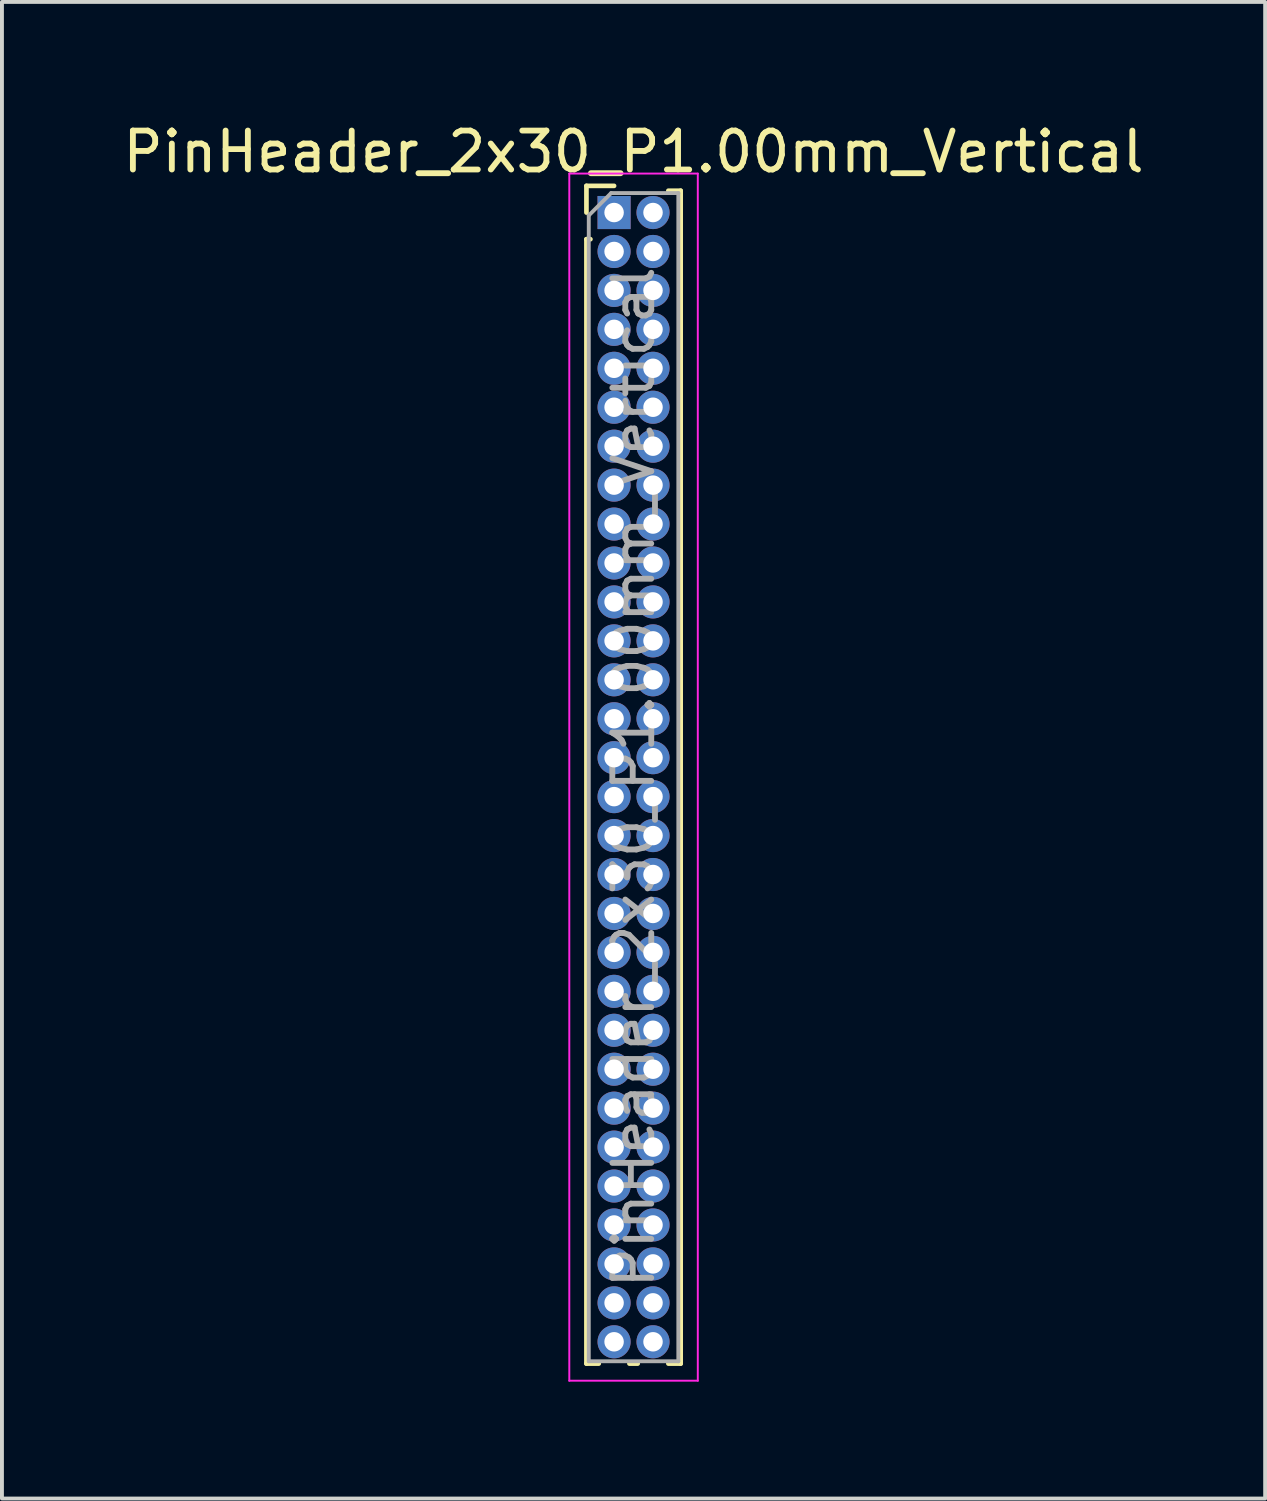
<source format=kicad_pcb>
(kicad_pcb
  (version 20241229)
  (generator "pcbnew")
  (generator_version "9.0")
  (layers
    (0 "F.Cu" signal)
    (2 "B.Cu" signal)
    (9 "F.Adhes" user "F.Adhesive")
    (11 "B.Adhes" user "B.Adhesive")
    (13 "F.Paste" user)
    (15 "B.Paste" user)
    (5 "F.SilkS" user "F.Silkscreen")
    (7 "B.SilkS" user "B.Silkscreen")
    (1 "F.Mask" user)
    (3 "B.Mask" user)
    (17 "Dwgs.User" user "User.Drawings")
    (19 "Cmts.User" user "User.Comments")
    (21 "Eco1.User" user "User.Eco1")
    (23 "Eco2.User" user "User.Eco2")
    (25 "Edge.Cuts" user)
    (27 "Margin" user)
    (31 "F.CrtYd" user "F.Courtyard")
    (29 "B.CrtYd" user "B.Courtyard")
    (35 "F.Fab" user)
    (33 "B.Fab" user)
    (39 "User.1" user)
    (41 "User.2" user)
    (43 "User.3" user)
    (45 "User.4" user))
  (footprint "PinHeader_2x30_P1.00mm_Vertical"
    (layer "F.Cu")
    (at 12.72 2.408)
    (property "Reference" "PinHeader_2x30_P1.00mm_Vertical" (at 0.5 -1.56 0) (layer "F.SilkS") (effects (font (size 1 1) (thickness 0.15))))
    (attr through_hole)
    (fp_line (start -0.71 -0.685) (end 0 -0.685) (stroke (width 0.12) (type solid)) (layer "F.SilkS"))
    (fp_line (start -0.71 0) (end -0.71 -0.685) (stroke (width 0.12) (type solid)) (layer "F.SilkS"))
    (fp_line (start -0.71 0.685) (end -0.71 29.56) (stroke (width 0.12) (type solid)) (layer "F.SilkS"))
    (fp_line (start -0.71 0.685) (end -0.608 0.685) (stroke (width 0.12) (type solid)) (layer "F.SilkS"))
    (fp_line (start -0.71 29.56) (end -0.394 29.56) (stroke (width 0.12) (type solid)) (layer "F.SilkS"))
    (fp_line (start 0.394 29.56) (end 0.606 29.56) (stroke (width 0.12) (type solid)) (layer "F.SilkS"))
    (fp_line (start 1.394 -0.56) (end 1.71 -0.56) (stroke (width 0.12) (type solid)) (layer "F.SilkS"))
    (fp_line (start 1.394 29.56) (end 1.71 29.56) (stroke (width 0.12) (type solid)) (layer "F.SilkS"))
    (fp_line (start 1.71 -0.56) (end 1.71 29.56) (stroke (width 0.12) (type solid)) (layer "F.SilkS"))
    (fp_line (start -1.15 -1) (end -1.15 30) (stroke (width 0.05) (type solid)) (layer "F.CrtYd"))
    (fp_line (start -1.15 30) (end 2.15 30) (stroke (width 0.05) (type solid)) (layer "F.CrtYd"))
    (fp_line (start 2.15 -1) (end -1.15 -1) (stroke (width 0.05) (type solid)) (layer "F.CrtYd"))
    (fp_line (start 2.15 30) (end 2.15 -1) (stroke (width 0.05) (type solid)) (layer "F.CrtYd"))
    (fp_line (start -0.65 0.075) (end -0.075 -0.5) (stroke (width 0.1) (type solid)) (layer "F.Fab"))
    (fp_line (start -0.65 29.5) (end -0.65 0.075) (stroke (width 0.1) (type solid)) (layer "F.Fab"))
    (fp_line (start -0.075 -0.5) (end 1.65 -0.5) (stroke (width 0.1) (type solid)) (layer "F.Fab"))
    (fp_line (start 1.65 -0.5) (end 1.65 29.5) (stroke (width 0.1) (type solid)) (layer "F.Fab"))
    (fp_line (start 1.65 29.5) (end -0.65 29.5) (stroke (width 0.1) (type solid)) (layer "F.Fab"))
    (fp_text user "${REFERENCE}" (at 0.5 14.5 90) (layer "F.Fab") (effects (font (size 1 1) (thickness 0.15))))
    (pad "1" thru_hole rect (at 0 0) (size 0.85 0.85) (drill 0.5) (layers "*.Cu" "*.Mask"))
    (pad "2" thru_hole oval (at 1 0) (size 0.85 0.85) (drill 0.5) (layers "*.Cu" "*.Mask"))
    (pad "3" thru_hole oval (at 0 1) (size 0.85 0.85) (drill 0.5) (layers "*.Cu" "*.Mask"))
    (pad "4" thru_hole oval (at 1 1) (size 0.85 0.85) (drill 0.5) (layers "*.Cu" "*.Mask"))
    (pad "5" thru_hole oval (at 0 2) (size 0.85 0.85) (drill 0.5) (layers "*.Cu" "*.Mask"))
    (pad "6" thru_hole oval (at 1 2) (size 0.85 0.85) (drill 0.5) (layers "*.Cu" "*.Mask"))
    (pad "7" thru_hole oval (at 0 3) (size 0.85 0.85) (drill 0.5) (layers "*.Cu" "*.Mask"))
    (pad "8" thru_hole oval (at 1 3) (size 0.85 0.85) (drill 0.5) (layers "*.Cu" "*.Mask"))
    (pad "9" thru_hole oval (at 0 4) (size 0.85 0.85) (drill 0.5) (layers "*.Cu" "*.Mask"))
    (pad "10" thru_hole oval (at 1 4) (size 0.85 0.85) (drill 0.5) (layers "*.Cu" "*.Mask"))
    (pad "11" thru_hole oval (at 0 5) (size 0.85 0.85) (drill 0.5) (layers "*.Cu" "*.Mask"))
    (pad "12" thru_hole oval (at 1 5) (size 0.85 0.85) (drill 0.5) (layers "*.Cu" "*.Mask"))
    (pad "13" thru_hole oval (at 0 6) (size 0.85 0.85) (drill 0.5) (layers "*.Cu" "*.Mask"))
    (pad "14" thru_hole oval (at 1 6) (size 0.85 0.85) (drill 0.5) (layers "*.Cu" "*.Mask"))
    (pad "15" thru_hole oval (at 0 7) (size 0.85 0.85) (drill 0.5) (layers "*.Cu" "*.Mask"))
    (pad "16" thru_hole oval (at 1 7) (size 0.85 0.85) (drill 0.5) (layers "*.Cu" "*.Mask"))
    (pad "17" thru_hole oval (at 0 8) (size 0.85 0.85) (drill 0.5) (layers "*.Cu" "*.Mask"))
    (pad "18" thru_hole oval (at 1 8) (size 0.85 0.85) (drill 0.5) (layers "*.Cu" "*.Mask"))
    (pad "19" thru_hole oval (at 0 9) (size 0.85 0.85) (drill 0.5) (layers "*.Cu" "*.Mask"))
    (pad "20" thru_hole oval (at 1 9) (size 0.85 0.85) (drill 0.5) (layers "*.Cu" "*.Mask"))
    (pad "21" thru_hole oval (at 0 10) (size 0.85 0.85) (drill 0.5) (layers "*.Cu" "*.Mask"))
    (pad "22" thru_hole oval (at 1 10) (size 0.85 0.85) (drill 0.5) (layers "*.Cu" "*.Mask"))
    (pad "23" thru_hole oval (at 0 11) (size 0.85 0.85) (drill 0.5) (layers "*.Cu" "*.Mask"))
    (pad "24" thru_hole oval (at 1 11) (size 0.85 0.85) (drill 0.5) (layers "*.Cu" "*.Mask"))
    (pad "25" thru_hole oval (at 0 12) (size 0.85 0.85) (drill 0.5) (layers "*.Cu" "*.Mask"))
    (pad "26" thru_hole oval (at 1 12) (size 0.85 0.85) (drill 0.5) (layers "*.Cu" "*.Mask"))
    (pad "27" thru_hole oval (at 0 13) (size 0.85 0.85) (drill 0.5) (layers "*.Cu" "*.Mask"))
    (pad "28" thru_hole oval (at 1 13) (size 0.85 0.85) (drill 0.5) (layers "*.Cu" "*.Mask"))
    (pad "29" thru_hole oval (at 0 14) (size 0.85 0.85) (drill 0.5) (layers "*.Cu" "*.Mask"))
    (pad "30" thru_hole oval (at 1 14) (size 0.85 0.85) (drill 0.5) (layers "*.Cu" "*.Mask"))
    (pad "31" thru_hole oval (at 0 15) (size 0.85 0.85) (drill 0.5) (layers "*.Cu" "*.Mask"))
    (pad "32" thru_hole oval (at 1 15) (size 0.85 0.85) (drill 0.5) (layers "*.Cu" "*.Mask"))
    (pad "33" thru_hole oval (at 0 16) (size 0.85 0.85) (drill 0.5) (layers "*.Cu" "*.Mask"))
    (pad "34" thru_hole oval (at 1 16) (size 0.85 0.85) (drill 0.5) (layers "*.Cu" "*.Mask"))
    (pad "35" thru_hole oval (at 0 17) (size 0.85 0.85) (drill 0.5) (layers "*.Cu" "*.Mask"))
    (pad "36" thru_hole oval (at 1 17) (size 0.85 0.85) (drill 0.5) (layers "*.Cu" "*.Mask"))
    (pad "37" thru_hole oval (at 0 18) (size 0.85 0.85) (drill 0.5) (layers "*.Cu" "*.Mask"))
    (pad "38" thru_hole oval (at 1 18) (size 0.85 0.85) (drill 0.5) (layers "*.Cu" "*.Mask"))
    (pad "39" thru_hole oval (at 0 19) (size 0.85 0.85) (drill 0.5) (layers "*.Cu" "*.Mask"))
    (pad "40" thru_hole oval (at 1 19) (size 0.85 0.85) (drill 0.5) (layers "*.Cu" "*.Mask"))
    (pad "41" thru_hole oval (at 0 20) (size 0.85 0.85) (drill 0.5) (layers "*.Cu" "*.Mask"))
    (pad "42" thru_hole oval (at 1 20) (size 0.85 0.85) (drill 0.5) (layers "*.Cu" "*.Mask"))
    (pad "43" thru_hole oval (at 0 21) (size 0.85 0.85) (drill 0.5) (layers "*.Cu" "*.Mask"))
    (pad "44" thru_hole oval (at 1 21) (size 0.85 0.85) (drill 0.5) (layers "*.Cu" "*.Mask"))
    (pad "45" thru_hole oval (at 0 22) (size 0.85 0.85) (drill 0.5) (layers "*.Cu" "*.Mask"))
    (pad "46" thru_hole oval (at 1 22) (size 0.85 0.85) (drill 0.5) (layers "*.Cu" "*.Mask"))
    (pad "47" thru_hole oval (at 0 23) (size 0.85 0.85) (drill 0.5) (layers "*.Cu" "*.Mask"))
    (pad "48" thru_hole oval (at 1 23) (size 0.85 0.85) (drill 0.5) (layers "*.Cu" "*.Mask"))
    (pad "49" thru_hole oval (at 0 24) (size 0.85 0.85) (drill 0.5) (layers "*.Cu" "*.Mask"))
    (pad "50" thru_hole oval (at 1 24) (size 0.85 0.85) (drill 0.5) (layers "*.Cu" "*.Mask"))
    (pad "51" thru_hole oval (at 0 25) (size 0.85 0.85) (drill 0.5) (layers "*.Cu" "*.Mask"))
    (pad "52" thru_hole oval (at 1 25) (size 0.85 0.85) (drill 0.5) (layers "*.Cu" "*.Mask"))
    (pad "53" thru_hole oval (at 0 26) (size 0.85 0.85) (drill 0.5) (layers "*.Cu" "*.Mask"))
    (pad "54" thru_hole oval (at 1 26) (size 0.85 0.85) (drill 0.5) (layers "*.Cu" "*.Mask"))
    (pad "55" thru_hole oval (at 0 27) (size 0.85 0.85) (drill 0.5) (layers "*.Cu" "*.Mask"))
    (pad "56" thru_hole oval (at 1 27) (size 0.85 0.85) (drill 0.5) (layers "*.Cu" "*.Mask"))
    (pad "57" thru_hole oval (at 0 28) (size 0.85 0.85) (drill 0.5) (layers "*.Cu" "*.Mask"))
    (pad "58" thru_hole oval (at 1 28) (size 0.85 0.85) (drill 0.5) (layers "*.Cu" "*.Mask"))
    (pad "59" thru_hole oval (at 0 29) (size 0.85 0.85) (drill 0.5) (layers "*.Cu" "*.Mask"))
    (pad "60" thru_hole oval (at 1 29) (size 0.85 0.85) (drill 0.5) (layers "*.Cu" "*.Mask")))
  (gr_rect
    (start -3 -3)
    (end 29.44 35.433)
    (stroke (width 0.1) (type default))
    (fill no)
    (layer "Edge.Cuts")))
</source>
